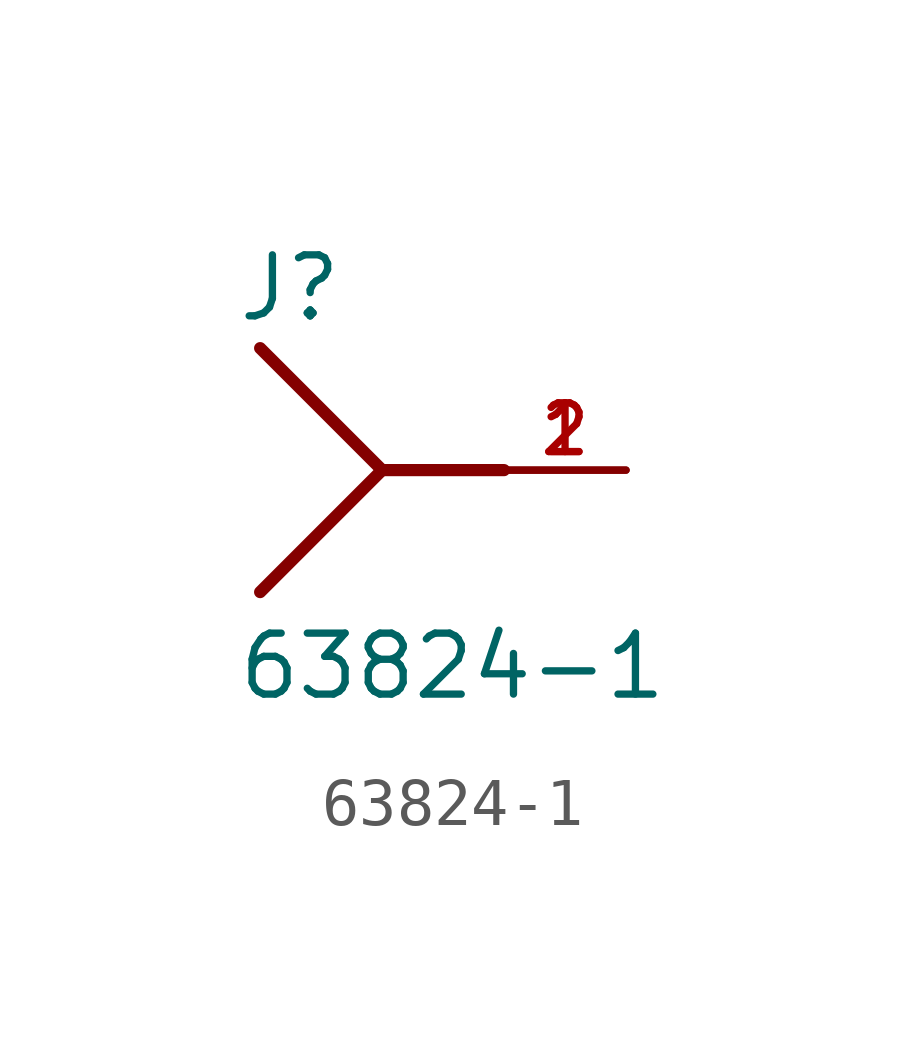
<source format=kicad_sym>
(kicad_symbol_lib
  (version 20231120)
  (generator "kicad_symbol_editor")
  (generator_version "8.0")
  (symbol "63824-1"
    (pin_names
      (offset 1.016))
    (property "Reference" "J"
      (at -3.05 3.05 0)
      (effects (font (size 1.27 1.27)) (justify left bottom)))
    (property "Value" "63824-1"
      (at -3.049 -4.828 0)
      (effects (font (size 1.27 1.27)) (justify left bottom)))
    (symbol "63824-1_0_0"
      (polyline (pts (xy 0 0) (xy -2.54 -2.54)) (stroke (width 0.254) (type default)) (fill (type none)))
      (polyline (pts (xy 0 0) (xy -2.54 2.54)) (stroke (width 0.254) (type default)) (fill (type none)))
      (polyline (pts (xy 2.54 0) (xy 0 0)) (stroke (width 0.254) (type default)) (fill (type none)))
      (pin passive line (at 5.08 0 180) (length 2.54) (name "~" (effects (font (size 1.016 1.016)))) (number "1" (effects (font (size 1.016 1.016)))))
      (pin passive line (at 5.08 0 180) (length 2.54) (name "~" (effects (font (size 1.016 1.016)))) (number "2" (effects (font (size 1.016 1.016))))))))
</source>
